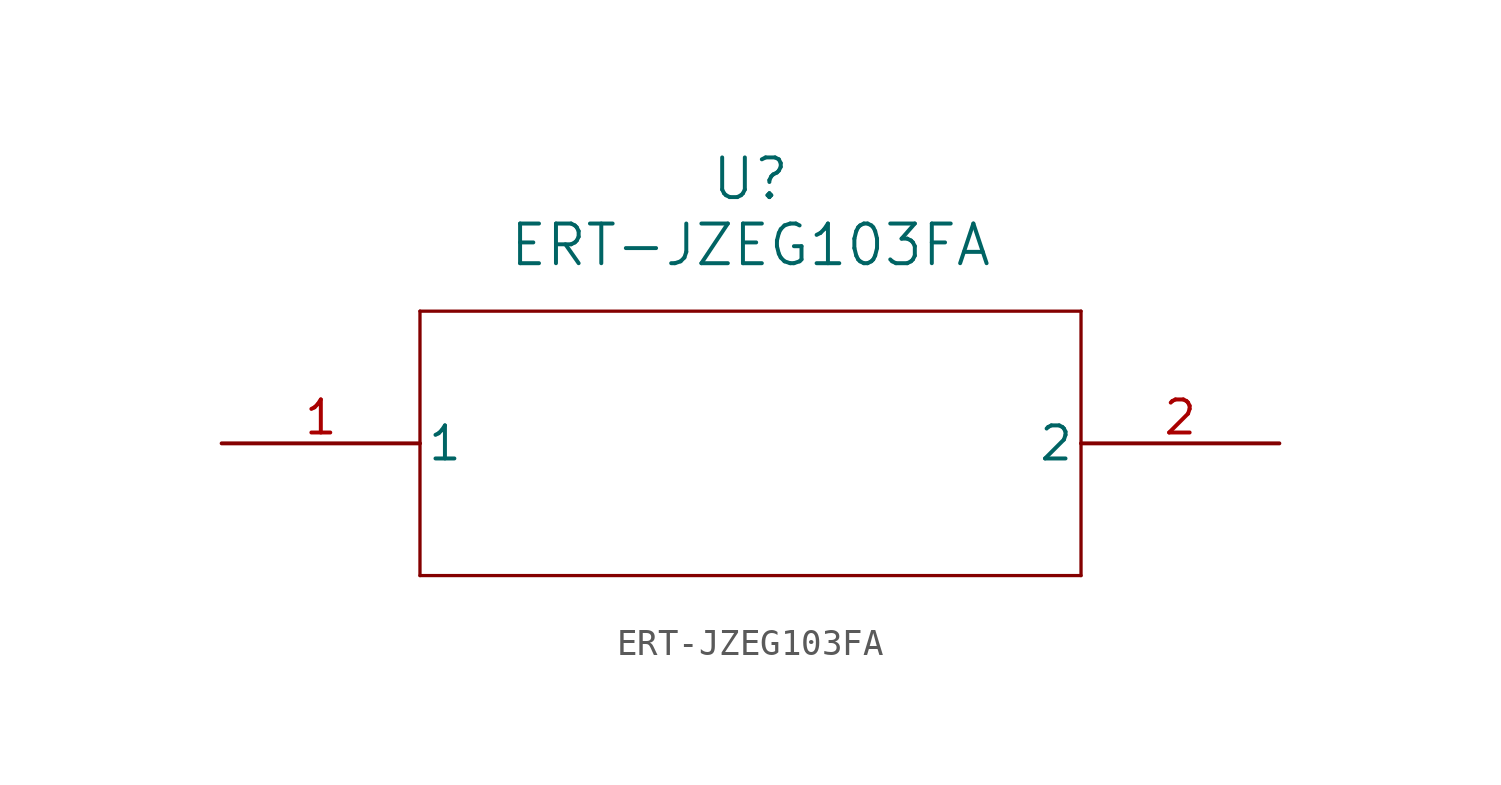
<source format=kicad_sym>
(kicad_symbol_lib
  (version 20211014)
  (generator kicad_symbol_editor)
  (symbol "ERT-JZEG103FA"
    (pin_names
      (offset 0.254))
    (property "Reference" "U"
      (at 20.32 10.16 0)
      (effects (font (size 1.524 1.524))))
    (property "Value" "ERT-JZEG103FA"
      (at 20.32 7.62 0)
      (effects (font (size 1.524 1.524))))
    (symbol "ERT-JZEG103FA_0_1"
      (polyline (pts (xy 7.62 5.08) (xy 7.62 -5.08)) (stroke (width 0.127) (type default) (color 0 0 0 0)) (fill (type none)))
      (polyline (pts (xy 7.62 -5.08) (xy 33.02 -5.08)) (stroke (width 0.127) (type default) (color 0 0 0 0)) (fill (type none)))
      (polyline (pts (xy 33.02 -5.08) (xy 33.02 5.08)) (stroke (width 0.127) (type default) (color 0 0 0 0)) (fill (type none)))
      (polyline (pts (xy 33.02 5.08) (xy 7.62 5.08)) (stroke (width 0.127) (type default) (color 0 0 0 0)) (fill (type none)))
      (pin unspecified line (at 0 0 0) (length 7.62) (name "1" (effects (font (size 1.27 1.27)))) (number "1" (effects (font (size 1.27 1.27)))))
      (pin unspecified line (at 40.64 0 180) (length 7.62) (name "2" (effects (font (size 1.27 1.27)))) (number "2" (effects (font (size 1.27 1.27))))))))
</source>
